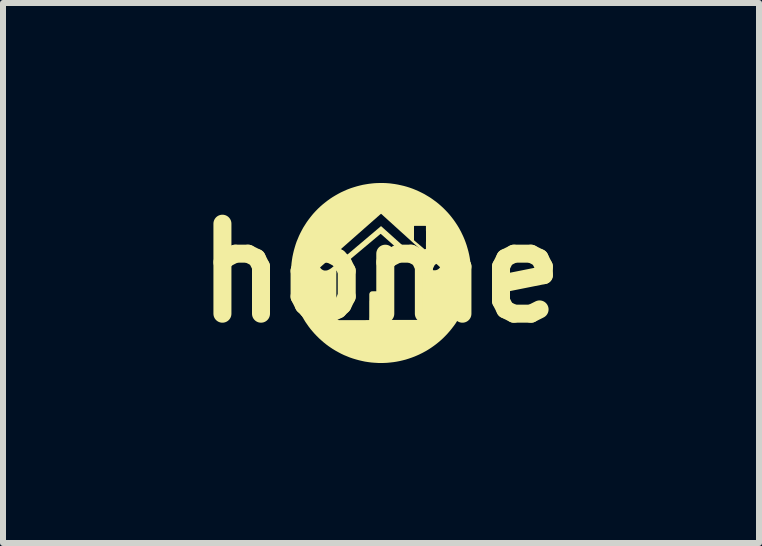
<source format=kicad_pcb>
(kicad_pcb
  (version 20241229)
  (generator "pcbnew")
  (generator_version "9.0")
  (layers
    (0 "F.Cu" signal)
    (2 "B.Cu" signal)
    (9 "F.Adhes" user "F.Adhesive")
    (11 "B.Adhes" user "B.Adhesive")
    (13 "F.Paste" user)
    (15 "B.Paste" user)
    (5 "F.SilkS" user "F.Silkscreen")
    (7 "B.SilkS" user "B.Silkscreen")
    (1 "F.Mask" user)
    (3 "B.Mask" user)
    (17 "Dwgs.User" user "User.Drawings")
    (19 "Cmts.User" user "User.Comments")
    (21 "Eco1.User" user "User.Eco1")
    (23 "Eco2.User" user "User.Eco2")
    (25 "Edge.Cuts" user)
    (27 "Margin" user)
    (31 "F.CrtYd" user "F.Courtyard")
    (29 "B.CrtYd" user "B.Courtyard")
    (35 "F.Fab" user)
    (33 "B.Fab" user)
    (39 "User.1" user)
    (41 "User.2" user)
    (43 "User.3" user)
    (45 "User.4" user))
  (footprint "home"
    (layer "F.Cu")
    (at 3.3 1.5)
    (property "Reference" "home" (at 0 0 0) (layer "F.SilkS") (effects (font (size 1.5 1.5) (thickness 0.3))))
    (attr board_only exclude_from_pos_files exclude_from_bom)
    (fp_poly (pts (xy 0.038 -1.5) (xy 0.064 -1.499) (xy 0.09 -1.498) (xy 0.116 -1.496) (xy 0.142 -1.494) (xy 0.168 -1.491) (xy 0.174 -1.49) (xy 0.227 -1.483) (xy 0.279 -1.474) (xy 0.33 -1.463) (xy 0.382 -1.451) (xy 0.432 -1.437) (xy 0.482 -1.421) (xy 0.532 -1.403) (xy 0.581 -1.383) (xy 0.629 -1.362) (xy 0.676 -1.339) (xy 0.723 -1.315) (xy 0.768 -1.288) (xy 0.813 -1.261) (xy 0.833 -1.248) (xy 0.876 -1.217) (xy 0.919 -1.186) (xy 0.96 -1.153) (xy 1 -1.118) (xy 1.039 -1.082) (xy 1.076 -1.045) (xy 1.112 -1.007) (xy 1.147 -0.967) (xy 1.18 -0.926) (xy 1.212 -0.884) (xy 1.242 -0.841) (xy 1.271 -0.797) (xy 1.299 -0.751) (xy 1.316 -0.72) (xy 1.32 -0.712) (xy 1.325 -0.703) (xy 1.331 -0.692) (xy 1.337 -0.681) (xy 1.342 -0.669) (xy 1.348 -0.657) (xy 1.354 -0.645) (xy 1.359 -0.634) (xy 1.364 -0.624) (xy 1.368 -0.615) (xy 1.37 -0.611) (xy 1.391 -0.562) (xy 1.41 -0.512) (xy 1.427 -0.463) (xy 1.442 -0.412) (xy 1.456 -0.362) (xy 1.468 -0.311) (xy 1.478 -0.259) (xy 1.486 -0.207) (xy 1.492 -0.155) (xy 1.497 -0.102) (xy 1.499 -0.056) (xy 1.499 -0.049) (xy 1.5 -0.04) (xy 1.5 -0.03) (xy 1.5 -0.019) (xy 1.5 -0.007) (xy 1.5 0.005) (xy 1.5 0.017) (xy 1.5 0.029) (xy 1.499 0.041) (xy 1.499 0.052) (xy 1.499 0.062) (xy 1.499 0.071) (xy 1.498 0.078) (xy 1.498 0.081) (xy 1.495 0.127) (xy 1.49 0.173) (xy 1.484 0.217) (xy 1.477 0.26) (xy 1.469 0.303) (xy 1.46 0.345) (xy 1.449 0.387) (xy 1.438 0.429) (xy 1.424 0.471) (xy 1.422 0.477) (xy 1.406 0.524) (xy 1.387 0.571) (xy 1.367 0.617) (xy 1.346 0.662) (xy 1.323 0.707) (xy 1.299 0.751) (xy 1.295 0.758) (xy 1.267 0.803) (xy 1.239 0.847) (xy 1.208 0.889) (xy 1.176 0.931) (xy 1.143 0.971) (xy 1.108 1.011) (xy 1.072 1.049) (xy 1.035 1.086) (xy 0.997 1.121) (xy 0.957 1.155) (xy 0.916 1.188) (xy 0.874 1.219) (xy 0.831 1.249) (xy 0.786 1.278) (xy 0.758 1.295) (xy 0.742 1.304) (xy 0.725 1.313) (xy 0.707 1.323) (xy 0.688 1.333) (xy 0.67 1.342) (xy 0.651 1.351) (xy 0.634 1.36) (xy 0.617 1.367) (xy 0.611 1.37) (xy 0.562 1.391) (xy 0.512 1.41) (xy 0.462 1.427) (xy 0.412 1.443) (xy 0.361 1.456) (xy 0.31 1.468) (xy 0.258 1.478) (xy 0.206 1.486) (xy 0.153 1.492) (xy 0.1 1.497) (xy 0.059 1.499) (xy 0.054 1.499) (xy 0.047 1.499) (xy 0.039 1.5) (xy 0.03 1.5) (xy 0.02 1.5) (xy 0.01 1.5) (xy -0.000445 1.5) (xy -0.011 1.5) (xy -0.021 1.5) (xy -0.03 1.5) (xy -0.038 1.5) (xy -0.045 1.5) (xy -0.051 1.499) (xy -0.052 1.499) (xy -0.106 1.496) (xy -0.159 1.492) (xy -0.212 1.485) (xy -0.265 1.477) (xy -0.317 1.466) (xy -0.368 1.454) (xy -0.419 1.44) (xy -0.469 1.425) (xy -0.519 1.408) (xy -0.568 1.388) (xy -0.617 1.368) (xy -0.665 1.345) (xy -0.712 1.32) (xy -0.759 1.294) (xy -0.787 1.277) (xy -0.795 1.272) (xy -0.803 1.267) (xy -0.813 1.261) (xy -0.823 1.254) (xy -0.834 1.247) (xy -0.844 1.24) (xy -0.854 1.233) (xy -0.863 1.227) (xy -0.871 1.221) (xy -0.872 1.221) (xy -0.915 1.189) (xy -0.956 1.156) (xy -0.996 1.121) (xy -1.035 1.086) (xy -1.073 1.048) (xy -1.109 1.01) (xy -1.144 0.97) (xy -1.172 0.937) (xy -1.202 0.898) (xy -1.23 0.858) (xy -1.258 0.818) (xy -1.283 0.777) (xy -1.308 0.734) (xy -1.332 0.691) (xy -1.342 0.67) (xy -1.358 0.638) (xy -1.372 0.606) (xy -1.386 0.575) (xy -1.398 0.544) (xy -1.41 0.512) (xy -1.421 0.479) (xy -1.423 0.474) (xy -1.439 0.423) (xy -1.453 0.372) (xy -1.458 0.354) (xy -0.744 0.354) (xy -0.744 0.387) (xy -0.744 0.417) (xy -0.744 0.446) (xy -0.744 0.474) (xy -0.744 0.499) (xy -0.744 0.523) (xy -0.744 0.546) (xy -0.744 0.567) (xy -0.744 0.586) (xy -0.744 0.604) (xy -0.744 0.621) (xy -0.744 0.636) (xy -0.744 0.65) (xy -0.744 0.663) (xy -0.744 0.675) (xy -0.744 0.686) (xy -0.744 0.695) (xy -0.744 0.704) (xy -0.743 0.712) (xy -0.743 0.719) (xy -0.743 0.725) (xy -0.743 0.73) (xy -0.743 0.734) (xy -0.743 0.738) (xy -0.743 0.741) (xy -0.743 0.744) (xy -0.743 0.746) (xy -0.743 0.748) (xy -0.743 0.749) (xy -0.743 0.75) (xy -0.742 0.754) (xy -0.741 0.757) (xy -0.741 0.759) (xy -0.74 0.759) (xy -0.739 0.761) (xy -0.739 0.763) (xy -0.737 0.766) (xy -0.734 0.77) (xy -0.73 0.774) (xy -0.726 0.778) (xy -0.725 0.778) (xy -0.721 0.78) (xy -0.717 0.782) (xy -0.712 0.783) (xy -0.708 0.784) (xy -0.707 0.784) (xy -0.706 0.785) (xy -0.703 0.785) (xy -0.698 0.785) (xy -0.692 0.785) (xy -0.684 0.785) (xy -0.675 0.785) (xy -0.665 0.785) (xy -0.653 0.785) (xy -0.641 0.785) (xy -0.627 0.785) (xy -0.612 0.785) (xy -0.597 0.785) (xy -0.581 0.785) (xy -0.564 0.785) (xy -0.547 0.785) (xy -0.53 0.785) (xy -0.512 0.785) (xy -0.494 0.785) (xy -0.476 0.785) (xy -0.458 0.785) (xy -0.44 0.785) (xy -0.422 0.785) (xy -0.405 0.785) (xy -0.388 0.785) (xy -0.371 0.785) (xy -0.355 0.785) (xy -0.34 0.785) (xy -0.325 0.785) (xy -0.312 0.785) (xy -0.299 0.785) (xy -0.288 0.785) (xy -0.278 0.785) (xy -0.269 0.785) (xy -0.261 0.785) (xy -0.255 0.785) (xy -0.254 0.785) (xy -0.243 0.784) (xy -0.233 0.784) (xy -0.224 0.784) (xy -0.218 0.784) (xy -0.212 0.784) (xy -0.208 0.784) (xy -0.204 0.784) (xy -0.202 0.783) (xy -0.2 0.783) (xy -0.199 0.783) (xy -0.198 0.783) (xy -0.198 0.782) (xy -0.197 0.782) (xy -0.197 0.782) (xy -0.197 0.781) (xy -0.197 0.78) (xy -0.197 0.777) (xy -0.197 0.774) (xy -0.197 0.769) (xy -0.197 0.764) (xy -0.197 0.757) (xy -0.197 0.749) (xy -0.196 0.74) (xy -0.196 0.729) (xy -0.196 0.718) (xy -0.196 0.704) (xy -0.196 0.689) (xy -0.196 0.673) (xy -0.196 0.655) (xy -0.196 0.636) (xy -0.196 0.614) (xy -0.196 0.591) (xy -0.196 0.567) (xy -0.196 0.564) (xy -0.196 0.539) (xy -0.196 0.515) (xy -0.196 0.493) (xy -0.196 0.473) (xy -0.195 0.455) (xy -0.195 0.438) (xy -0.195 0.423) (xy -0.195 0.409) (xy -0.195 0.397) (xy -0.195 0.386) (xy -0.195 0.377) (xy -0.195 0.369) (xy -0.195 0.362) (xy -0.195 0.356) (xy -0.195 0.352) (xy -0.194 0.349) (xy -0.194 0.347) (xy -0.194 0.346) (xy -0.194 0.346) (xy -0.193 0.344) (xy -0.192 0.34) (xy -0.192 0.339) (xy -0.189 0.332) (xy -0.185 0.326) (xy -0.181 0.32) (xy -0.18 0.319) (xy -0.177 0.316) (xy -0.174 0.314) (xy -0.172 0.313) (xy -0.171 0.312) (xy -0.169 0.311) (xy -0.168 0.31) (xy -0.166 0.309) (xy -0.165 0.309) (xy -0.164 0.309) (xy -0.162 0.308) (xy -0.161 0.307) (xy -0.16 0.307) (xy -0.158 0.306) (xy -0.157 0.306) (xy -0.154 0.305) (xy -0.151 0.305) (xy -0.148 0.305) (xy -0.143 0.305) (xy -0.138 0.304) (xy -0.132 0.304) (xy -0.125 0.304) (xy -0.116 0.304) (xy -0.107 0.304) (xy -0.096 0.304) (xy -0.083 0.304) (xy -0.069 0.304) (xy -0.054 0.304) (xy -0.036 0.304) (xy -0.034 0.304) (xy -0.016 0.304) (xy 0.000352 0.304) (xy 0.015 0.304) (xy 0.028 0.304) (xy 0.039 0.304) (xy 0.049 0.304) (xy 0.058 0.304) (xy 0.066 0.304) (xy 0.072 0.304) (xy 0.078 0.305) (xy 0.083 0.305) (xy 0.088 0.305) (xy 0.091 0.306) (xy 0.094 0.306) (xy 0.097 0.307) (xy 0.1 0.308) (xy 0.102 0.308) (xy 0.104 0.309) (xy 0.107 0.31) (xy 0.108 0.311) (xy 0.111 0.312) (xy 0.113 0.313) (xy 0.113 0.313) (xy 0.114 0.313) (xy 0.116 0.315) (xy 0.119 0.317) (xy 0.122 0.32) (xy 0.125 0.323) (xy 0.129 0.327) (xy 0.132 0.331) (xy 0.135 0.335) (xy 0.137 0.34) (xy 0.139 0.345) (xy 0.141 0.351) (xy 0.144 0.359) (xy 0.143 0.57) (xy 0.143 0.593) (xy 0.143 0.615) (xy 0.143 0.636) (xy 0.143 0.654) (xy 0.143 0.671) (xy 0.143 0.686) (xy 0.143 0.7) (xy 0.143 0.713) (xy 0.143 0.724) (xy 0.143 0.734) (xy 0.144 0.743) (xy 0.144 0.751) (xy 0.144 0.757) (xy 0.144 0.763) (xy 0.144 0.768) (xy 0.144 0.772) (xy 0.144 0.775) (xy 0.144 0.777) (xy 0.144 0.779) (xy 0.144 0.78) (xy 0.144 0.781) (xy 0.145 0.781) (xy 0.145 0.781) (xy 0.145 0.781) (xy 0.147 0.781) (xy 0.149 0.782) (xy 0.152 0.782) (xy 0.157 0.782) (xy 0.162 0.782) (xy 0.169 0.782) (xy 0.176 0.782) (xy 0.185 0.782) (xy 0.196 0.782) (xy 0.207 0.782) (xy 0.22 0.782) (xy 0.235 0.782) (xy 0.251 0.782) (xy 0.268 0.782) (xy 0.287 0.782) (xy 0.308 0.782) (xy 0.33 0.782) (xy 0.354 0.782) (xy 0.38 0.782) (xy 0.399 0.782) (xy 0.653 0.782) (xy 0.658 0.779) (xy 0.661 0.778) (xy 0.663 0.777) (xy 0.664 0.777) (xy 0.665 0.776) (xy 0.667 0.775) (xy 0.67 0.773) (xy 0.673 0.77) (xy 0.674 0.769) (xy 0.679 0.763) (xy 0.684 0.756) (xy 0.687 0.748) (xy 0.688 0.744) (xy 0.688 0.741) (xy 0.689 0.738) (xy 0.69 0.737) (xy 0.69 0.737) (xy 0.69 0.736) (xy 0.69 0.734) (xy 0.69 0.731) (xy 0.69 0.728) (xy 0.69 0.724) (xy 0.69 0.719) (xy 0.69 0.713) (xy 0.691 0.707) (xy 0.691 0.699) (xy 0.691 0.69) (xy 0.691 0.68) (xy 0.691 0.669) (xy 0.691 0.657) (xy 0.691 0.643) (xy 0.691 0.629) (xy 0.691 0.612) (xy 0.691 0.595) (xy 0.691 0.576) (xy 0.691 0.556) (xy 0.691 0.534) (xy 0.691 0.511) (xy 0.691 0.485) (xy 0.691 0.459) (xy 0.691 0.43) (xy 0.691 0.4) (xy 0.691 0.368) (xy 0.691 0.351) (xy 0.691 -0.032) (xy 0.689 -0.035) (xy 0.688 -0.037) (xy 0.685 -0.04) (xy 0.682 -0.043) (xy 0.677 -0.047) (xy 0.673 -0.051) (xy 0.668 -0.055) (xy 0.663 -0.059) (xy 0.663 -0.059) (xy 0.66 -0.062) (xy 0.656 -0.065) (xy 0.655 -0.067) (xy 0.652 -0.069) (xy 0.649 -0.072) (xy 0.645 -0.076) (xy 0.644 -0.077) (xy 0.641 -0.08) (xy 0.638 -0.082) (xy 0.636 -0.083) (xy 0.636 -0.084) (xy 0.635 -0.085) (xy 0.632 -0.087) (xy 0.63 -0.089) (xy 0.629 -0.09) (xy 0.625 -0.093) (xy 0.622 -0.096) (xy 0.62 -0.098) (xy 0.619 -0.098) (xy 0.617 -0.1) (xy 0.614 -0.103) (xy 0.61 -0.106) (xy 0.609 -0.108) (xy 0.605 -0.111) (xy 0.601 -0.114) (xy 0.598 -0.117) (xy 0.597 -0.118) (xy 0.594 -0.121) (xy 0.591 -0.124) (xy 0.587 -0.127) (xy 0.586 -0.128) (xy 0.583 -0.131) (xy 0.579 -0.134) (xy 0.577 -0.136) (xy 0.576 -0.137) (xy 0.574 -0.139) (xy 0.571 -0.142) (xy 0.567 -0.145) (xy 0.567 -0.145) (xy 0.564 -0.148) (xy 0.561 -0.15) (xy 0.56 -0.152) (xy 0.559 -0.152) (xy 0.558 -0.153) (xy 0.556 -0.155) (xy 0.553 -0.158) (xy 0.551 -0.159) (xy 0.548 -0.161) (xy 0.546 -0.164) (xy 0.544 -0.166) (xy 0.543 -0.166) (xy 0.542 -0.167) (xy 0.54 -0.169) (xy 0.537 -0.172) (xy 0.533 -0.175) (xy 0.53 -0.178) (xy 0.526 -0.182) (xy 0.522 -0.185) (xy 0.519 -0.188) (xy 0.517 -0.189) (xy 0.516 -0.19) (xy 0.515 -0.191) (xy 0.512 -0.194) (xy 0.51 -0.196) (xy 0.508 -0.197) (xy 0.505 -0.2) (xy 0.502 -0.202) (xy 0.5 -0.204) (xy 0.5 -0.205) (xy 0.498 -0.206) (xy 0.496 -0.208) (xy 0.493 -0.211) (xy 0.492 -0.212) (xy 0.489 -0.214) (xy 0.486 -0.217) (xy 0.485 -0.218) (xy 0.484 -0.218) (xy 0.483 -0.219) (xy 0.481 -0.222) (xy 0.478 -0.224) (xy 0.475 -0.227) (xy 0.472 -0.23) (xy 0.469 -0.233) (xy 0.466 -0.235) (xy 0.465 -0.236) (xy 0.464 -0.237) (xy 0.461 -0.239) (xy 0.458 -0.242) (xy 0.457 -0.243) (xy 0.454 -0.245) (xy 0.452 -0.247) (xy 0.45 -0.249) (xy 0.45 -0.249) (xy 0.448 -0.25) (xy 0.446 -0.253) (xy 0.443 -0.255) (xy 0.442 -0.256) (xy 0.439 -0.259) (xy 0.436 -0.261) (xy 0.434 -0.263) (xy 0.434 -0.263) (xy 0.433 -0.265) (xy 0.43 -0.267) (xy 0.427 -0.27) (xy 0.422 -0.274) (xy 0.416 -0.279) (xy 0.416 -0.28) (xy 0.412 -0.282) (xy 0.409 -0.285) (xy 0.407 -0.287) (xy 0.407 -0.288) (xy 0.402 -0.292) (xy 0.396 -0.297) (xy 0.391 -0.302) (xy 0.386 -0.306) (xy 0.383 -0.309) (xy 0.379 -0.312) (xy 0.376 -0.315) (xy 0.373 -0.317) (xy 0.373 -0.318) (xy 0.37 -0.32) (xy 0.367 -0.323) (xy 0.364 -0.326) (xy 0.363 -0.327) (xy 0.36 -0.329) (xy 0.357 -0.332) (xy 0.356 -0.333) (xy 0.355 -0.334) (xy 0.354 -0.335) (xy 0.351 -0.337) (xy 0.348 -0.339) (xy 0.348 -0.34) (xy 0.345 -0.343) (xy 0.342 -0.345) (xy 0.34 -0.346) (xy 0.34 -0.347) (xy 0.339 -0.348) (xy 0.336 -0.35) (xy 0.333 -0.353) (xy 0.331 -0.355) (xy 0.327 -0.358) (xy 0.324 -0.361) (xy 0.321 -0.364) (xy 0.317 -0.367) (xy 0.313 -0.371) (xy 0.308 -0.375) (xy 0.306 -0.377) (xy 0.303 -0.38) (xy 0.3 -0.382) (xy 0.298 -0.384) (xy 0.298 -0.385) (xy 0.296 -0.386) (xy 0.294 -0.388) (xy 0.29 -0.391) (xy 0.286 -0.395) (xy 0.283 -0.397) (xy 0.279 -0.401) (xy 0.275 -0.405) (xy 0.272 -0.407) (xy 0.27 -0.409) (xy 0.269 -0.41) (xy 0.267 -0.411) (xy 0.266 -0.413) (xy 0.264 -0.414) (xy 0.264 -0.414) (xy 0.261 -0.418) (xy 0.256 -0.421) (xy 0.252 -0.425) (xy 0.248 -0.429) (xy 0.245 -0.432) (xy 0.244 -0.433) (xy 0.241 -0.435) (xy 0.239 -0.437) (xy 0.238 -0.437) (xy 0.237 -0.438) (xy 0.234 -0.441) (xy 0.231 -0.444) (xy 0.229 -0.446) (xy 0.225 -0.449) (xy 0.222 -0.452) (xy 0.22 -0.454) (xy 0.219 -0.454) (xy 0.217 -0.457) (xy 0.213 -0.46) (xy 0.209 -0.463) (xy 0.204 -0.468) (xy 0.201 -0.47) (xy 0.199 -0.473) (xy 0.197 -0.474) (xy 0.196 -0.475) (xy 0.195 -0.476) (xy 0.192 -0.478) (xy 0.188 -0.482) (xy 0.184 -0.485) (xy 0.18 -0.489) (xy 0.176 -0.493) (xy 0.171 -0.497) (xy 0.17 -0.498) (xy 0.167 -0.501) (xy 0.164 -0.503) (xy 0.162 -0.505) (xy 0.161 -0.506) (xy 0.155 -0.511) (xy 0.15 -0.516) (xy 0.144 -0.521) (xy 0.139 -0.526) (xy 0.137 -0.527) (xy 0.134 -0.53) (xy 0.131 -0.533) (xy 0.128 -0.535) (xy 0.127 -0.536) (xy 0.125 -0.538) (xy 0.122 -0.541) (xy 0.118 -0.544) (xy 0.117 -0.545) (xy 0.114 -0.548) (xy 0.112 -0.55) (xy 0.11 -0.552) (xy 0.11 -0.552) (xy 0.108 -0.553) (xy 0.106 -0.555) (xy 0.103 -0.558) (xy 0.102 -0.559) (xy 0.099 -0.561) (xy 0.096 -0.564) (xy 0.094 -0.565) (xy 0.094 -0.566) (xy 0.092 -0.567) (xy 0.09 -0.569) (xy 0.089 -0.57) (xy 0.087 -0.572) (xy 0.084 -0.574) (xy 0.081 -0.578) (xy 0.077 -0.581) (xy 0.076 -0.582) (xy 0.072 -0.586) (xy 0.067 -0.589) (xy 0.063 -0.593) (xy 0.06 -0.596) (xy 0.06 -0.596) (xy 0.057 -0.599) (xy 0.054 -0.601) (xy 0.052 -0.603) (xy 0.052 -0.603) (xy 0.047 -0.607) (xy 0.043 -0.611) (xy 0.039 -0.615) (xy 0.034 -0.619) (xy 0.033 -0.62) (xy 0.026 -0.626) (xy 0.019 -0.632) (xy 0.012 -0.638) (xy 0.007 -0.643) (xy 0.003 -0.646) (xy -0.000187 -0.649) (xy -0.003 -0.651) (xy -0.005 -0.652) (xy -0.006 -0.652) (xy -0.009 -0.651) (xy -0.012 -0.648) (xy -0.015 -0.646) (xy -0.018 -0.644) (xy -0.021 -0.641) (xy -0.023 -0.64) (xy -0.023 -0.639) (xy -0.024 -0.638) (xy -0.026 -0.636) (xy -0.029 -0.634) (xy -0.033 -0.631) (xy -0.035 -0.629) (xy -0.039 -0.626) (xy -0.043 -0.623) (xy -0.045 -0.621) (xy -0.047 -0.619) (xy -0.047 -0.619) (xy -0.048 -0.618) (xy -0.051 -0.616) (xy -0.054 -0.613) (xy -0.057 -0.61) (xy -0.059 -0.609) (xy -0.062 -0.606) (xy -0.066 -0.604) (xy -0.068 -0.601) (xy -0.07 -0.6) (xy -0.07 -0.6) (xy -0.071 -0.599) (xy -0.074 -0.596) (xy -0.077 -0.594) (xy -0.081 -0.591) (xy -0.082 -0.59) (xy -0.086 -0.587) (xy -0.089 -0.584) (xy -0.092 -0.582) (xy -0.093 -0.581) (xy -0.093 -0.58) (xy -0.094 -0.58) (xy -0.095 -0.579) (xy -0.096 -0.578) (xy -0.099 -0.576) (xy -0.102 -0.573) (xy -0.106 -0.57) (xy -0.111 -0.565) (xy -0.118 -0.56) (xy -0.125 -0.554) (xy -0.13 -0.55) (xy -0.134 -0.546) (xy -0.139 -0.542) (xy -0.143 -0.539) (xy -0.146 -0.537) (xy -0.146 -0.537) (xy -0.148 -0.534) (xy -0.15 -0.533) (xy -0.152 -0.531) (xy -0.154 -0.529) (xy -0.157 -0.527) (xy -0.161 -0.524) (xy -0.161 -0.524) (xy -0.164 -0.521) (xy -0.167 -0.519) (xy -0.168 -0.517) (xy -0.169 -0.517) (xy -0.171 -0.515) (xy -0.174 -0.512) (xy -0.179 -0.509) (xy -0.185 -0.504) (xy -0.188 -0.502) (xy -0.19 -0.499) (xy -0.191 -0.498) (xy -0.192 -0.498) (xy -0.193 -0.497) (xy -0.195 -0.495) (xy -0.198 -0.493) (xy -0.202 -0.489) (xy -0.203 -0.488) (xy -0.207 -0.485) (xy -0.211 -0.482) (xy -0.213 -0.48) (xy -0.215 -0.479) (xy -0.215 -0.478) (xy -0.216 -0.477) (xy -0.218 -0.475) (xy -0.221 -0.473) (xy -0.225 -0.47) (xy -0.226 -0.469) (xy -0.23 -0.466) (xy -0.234 -0.462) (xy -0.237 -0.46) (xy -0.24 -0.458) (xy -0.24 -0.458) (xy -0.241 -0.456) (xy -0.243 -0.455) (xy -0.246 -0.453) (xy -0.249 -0.45) (xy -0.253 -0.446) (xy -0.258 -0.442) (xy -0.264 -0.437) (xy -0.272 -0.431) (xy -0.276 -0.428) (xy -0.28 -0.424) (xy -0.284 -0.421) (xy -0.287 -0.418) (xy -0.289 -0.416) (xy -0.29 -0.416) (xy -0.292 -0.414) (xy -0.294 -0.412) (xy -0.296 -0.411) (xy -0.302 -0.406) (xy -0.306 -0.402) (xy -0.31 -0.399) (xy -0.313 -0.396) (xy -0.313 -0.396) (xy -0.315 -0.394) (xy -0.318 -0.392) (xy -0.319 -0.391) (xy -0.324 -0.387) (xy -0.329 -0.383) (xy -0.332 -0.38) (xy -0.335 -0.378) (xy -0.336 -0.377) (xy -0.338 -0.375) (xy -0.342 -0.372) (xy -0.347 -0.368) (xy -0.352 -0.363) (xy -0.355 -0.361) (xy -0.358 -0.359) (xy -0.359 -0.358) (xy -0.359 -0.357) (xy -0.36 -0.356) (xy -0.363 -0.355) (xy -0.366 -0.352) (xy -0.369 -0.349) (xy -0.371 -0.348) (xy -0.375 -0.344) (xy -0.378 -0.342) (xy -0.381 -0.339) (xy -0.382 -0.338) (xy -0.383 -0.338) (xy -0.384 -0.337) (xy -0.386 -0.335) (xy -0.389 -0.332) (xy -0.393 -0.329) (xy -0.394 -0.328) (xy -0.398 -0.325) (xy -0.401 -0.323) (xy -0.404 -0.321) (xy -0.405 -0.319) (xy -0.405 -0.319) (xy -0.406 -0.318) (xy -0.408 -0.316) (xy -0.412 -0.314) (xy -0.415 -0.31) (xy -0.42 -0.307) (xy -0.424 -0.303) (xy -0.428 -0.3) (xy -0.431 -0.297) (xy -0.433 -0.296) (xy -0.434 -0.295) (xy -0.435 -0.294) (xy -0.438 -0.292) (xy -0.441 -0.289) (xy -0.444 -0.286) (xy -0.446 -0.285) (xy -0.449 -0.282) (xy -0.453 -0.279) (xy -0.456 -0.277) (xy -0.457 -0.275) (xy -0.458 -0.275) (xy -0.459 -0.274) (xy -0.46 -0.273) (xy -0.461 -0.272) (xy -0.463 -0.271) (xy -0.466 -0.268) (xy -0.47 -0.265) (xy -0.473 -0.262) (xy -0.476 -0.26) (xy -0.479 -0.257) (xy -0.481 -0.256) (xy -0.481 -0.255) (xy -0.482 -0.254) (xy -0.484 -0.253) (xy -0.486 -0.251) (xy -0.488 -0.249) (xy -0.492 -0.246) (xy -0.497 -0.242) (xy -0.5 -0.24) (xy -0.502 -0.238) (xy -0.504 -0.236) (xy -0.504 -0.236) (xy -0.505 -0.235) (xy -0.507 -0.234) (xy -0.51 -0.231) (xy -0.514 -0.228) (xy -0.515 -0.227) (xy -0.519 -0.224) (xy -0.523 -0.221) (xy -0.525 -0.219) (xy -0.527 -0.217) (xy -0.527 -0.217) (xy -0.528 -0.216) (xy -0.53 -0.214) (xy -0.533 -0.212) (xy -0.537 -0.209) (xy -0.539 -0.207) (xy -0.543 -0.204) (xy -0.546 -0.201) (xy -0.549 -0.199) (xy -0.55 -0.198) (xy -0.55 -0.197) (xy -0.551 -0.196) (xy -0.554 -0.195) (xy -0.557 -0.192) (xy -0.561 -0.189) (xy -0.564 -0.186) (xy -0.569 -0.182) (xy -0.573 -0.179) (xy -0.576 -0.176) (xy -0.578 -0.175) (xy -0.579 -0.174) (xy -0.58 -0.173) (xy -0.582 -0.171) (xy -0.585 -0.168) (xy -0.589 -0.165) (xy -0.59 -0.164) (xy -0.594 -0.161) (xy -0.598 -0.158) (xy -0.6 -0.156) (xy -0.602 -0.154) (xy -0.602 -0.154) (xy -0.603 -0.153) (xy -0.605 -0.151) (xy -0.608 -0.149) (xy -0.612 -0.146) (xy -0.613 -0.145) (xy -0.617 -0.142) (xy -0.621 -0.139) (xy -0.623 -0.136) (xy -0.625 -0.135) (xy -0.625 -0.134) (xy -0.626 -0.134) (xy -0.627 -0.133) (xy -0.629 -0.131) (xy -0.631 -0.13) (xy -0.634 -0.127) (xy -0.638 -0.124) (xy -0.641 -0.121) (xy -0.644 -0.119) (xy -0.647 -0.117) (xy -0.648 -0.115) (xy -0.649 -0.115) (xy -0.651 -0.113) (xy -0.654 -0.111) (xy -0.658 -0.107) (xy -0.662 -0.104) (xy -0.665 -0.102) (xy -0.668 -0.099) (xy -0.67 -0.097) (xy -0.672 -0.096) (xy -0.672 -0.096) (xy -0.673 -0.095) (xy -0.675 -0.093) (xy -0.677 -0.091) (xy -0.678 -0.09) (xy -0.681 -0.088) (xy -0.684 -0.085) (xy -0.685 -0.084) (xy -0.686 -0.084) (xy -0.687 -0.083) (xy -0.688 -0.082) (xy -0.689 -0.082) (xy -0.69 -0.08) (xy -0.692 -0.079) (xy -0.695 -0.076) (xy -0.698 -0.074) (xy -0.701 -0.071) (xy -0.704 -0.068) (xy -0.707 -0.066) (xy -0.708 -0.065) (xy -0.708 -0.065) (xy -0.71 -0.064) (xy -0.712 -0.062) (xy -0.715 -0.059) (xy -0.716 -0.059) (xy -0.719 -0.056) (xy -0.721 -0.055) (xy -0.722 -0.053) (xy -0.722 -0.053) (xy -0.723 -0.053) (xy -0.725 -0.051) (xy -0.728 -0.048) (xy -0.732 -0.045) (xy -0.732 -0.045) (xy -0.736 -0.042) (xy -0.739 -0.039) (xy -0.741 -0.037) (xy -0.743 -0.035) (xy -0.743 -0.035) (xy -0.743 -0.035) (xy -0.743 -0.033) (xy -0.743 -0.031) (xy -0.743 -0.028) (xy -0.743 -0.024) (xy -0.743 -0.02) (xy -0.743 -0.014) (xy -0.743 -0.007) (xy -0.743 0.001) (xy -0.743 0.01) (xy -0.744 0.02) (xy -0.744 0.032) (xy -0.744 0.045) (xy -0.744 0.059) (xy -0.744 0.074) (xy -0.744 0.091) (xy -0.744 0.109) (xy -0.744 0.128) (xy -0.744 0.149) (xy -0.744 0.172) (xy -0.744 0.196) (xy -0.744 0.222) (xy -0.744 0.25) (xy -0.744 0.279) (xy -0.744 0.31) (xy -0.744 0.343) (xy -0.744 0.354) (xy -1.458 0.354) (xy -1.465 0.321) (xy -1.476 0.269) (xy -1.484 0.217) (xy -1.491 0.165) (xy -1.496 0.112) (xy -1.499 0.059) (xy -1.5 0.007) (xy -1.499 -0.046) (xy -1.497 -0.092) (xy -1.015 -0.092) (xy -1.015 -0.09) (xy -1.014 -0.089) (xy -1.014 -0.089) (xy -1.013 -0.088) (xy -1.012 -0.086) (xy -1.01 -0.084) (xy -1.008 -0.081) (xy -1.005 -0.078) (xy -1.001 -0.074) (xy -0.998 -0.07) (xy -0.994 -0.066) (xy -0.99 -0.063) (xy -0.987 -0.06) (xy -0.984 -0.059) (xy -0.983 -0.058) (xy -0.982 -0.057) (xy -0.981 -0.057) (xy -0.979 -0.055) (xy -0.977 -0.054) (xy -0.977 -0.054) (xy -0.974 -0.052) (xy -0.971 -0.051) (xy -0.97 -0.05) (xy -0.963 -0.047) (xy -0.955 -0.044) (xy -0.951 -0.043) (xy -0.947 -0.042) (xy -0.943 -0.041) (xy -0.942 -0.041) (xy -0.939 -0.041) (xy -0.935 -0.041) (xy -0.929 -0.041) (xy -0.923 -0.041) (xy -0.917 -0.041) (xy -0.911 -0.042) (xy -0.909 -0.042) (xy -0.905 -0.043) (xy -0.901 -0.043) (xy -0.899 -0.044) (xy -0.898 -0.044) (xy -0.896 -0.045) (xy -0.893 -0.046) (xy -0.892 -0.046) (xy -0.889 -0.047) (xy -0.886 -0.048) (xy -0.886 -0.048) (xy -0.884 -0.049) (xy -0.882 -0.05) (xy -0.881 -0.05) (xy -0.879 -0.051) (xy -0.877 -0.052) (xy -0.873 -0.054) (xy -0.869 -0.056) (xy -0.867 -0.057) (xy -0.863 -0.059) (xy -0.859 -0.061) (xy -0.857 -0.062) (xy -0.855 -0.064) (xy -0.852 -0.065) (xy -0.851 -0.065) (xy -0.849 -0.067) (xy -0.846 -0.069) (xy -0.842 -0.072) (xy -0.837 -0.075) (xy -0.832 -0.079) (xy -0.827 -0.082) (xy -0.822 -0.086) (xy -0.818 -0.089) (xy -0.814 -0.092) (xy -0.812 -0.094) (xy -0.811 -0.095) (xy -0.808 -0.098) (xy -0.805 -0.1) (xy -0.801 -0.104) (xy -0.799 -0.105) (xy -0.795 -0.108) (xy -0.792 -0.111) (xy -0.79 -0.113) (xy -0.788 -0.114) (xy -0.788 -0.114) (xy -0.787 -0.115) (xy -0.785 -0.117) (xy -0.782 -0.119) (xy -0.779 -0.122) (xy -0.779 -0.122) (xy -0.775 -0.125) (xy -0.772 -0.128) (xy -0.77 -0.13) (xy -0.769 -0.131) (xy -0.769 -0.131) (xy -0.768 -0.132) (xy -0.765 -0.134) (xy -0.763 -0.136) (xy -0.763 -0.136) (xy -0.76 -0.138) (xy -0.758 -0.14) (xy -0.757 -0.141) (xy -0.757 -0.141) (xy -0.755 -0.142) (xy -0.753 -0.144) (xy -0.751 -0.146) (xy -0.748 -0.148) (xy -0.746 -0.15) (xy -0.745 -0.151) (xy -0.743 -0.152) (xy -0.741 -0.154) (xy -0.739 -0.156) (xy -0.736 -0.158) (xy -0.734 -0.16) (xy -0.733 -0.161) (xy -0.731 -0.162) (xy -0.729 -0.164) (xy -0.726 -0.167) (xy -0.723 -0.169) (xy -0.72 -0.172) (xy -0.717 -0.174) (xy -0.715 -0.176) (xy -0.714 -0.177) (xy -0.713 -0.178) (xy -0.71 -0.18) (xy -0.707 -0.183) (xy -0.703 -0.186) (xy -0.702 -0.187) (xy -0.698 -0.19) (xy -0.695 -0.193) (xy -0.692 -0.195) (xy -0.69 -0.197) (xy -0.69 -0.197) (xy -0.688 -0.199) (xy -0.686 -0.201) (xy -0.684 -0.202) (xy -0.68 -0.206) (xy -0.676 -0.209) (xy -0.674 -0.21) (xy -0.673 -0.212) (xy -0.672 -0.212) (xy -0.672 -0.213) (xy -0.671 -0.213) (xy -0.669 -0.215) (xy -0.666 -0.217) (xy -0.665 -0.218) (xy -0.662 -0.221) (xy -0.66 -0.223) (xy -0.659 -0.224) (xy -0.659 -0.224) (xy -0.658 -0.225) (xy -0.656 -0.226) (xy -0.653 -0.229) (xy -0.649 -0.232) (xy -0.647 -0.233) (xy -0.644 -0.237) (xy -0.64 -0.239) (xy -0.638 -0.242) (xy -0.636 -0.243) (xy -0.636 -0.243) (xy -0.635 -0.244) (xy -0.632 -0.246) (xy -0.629 -0.249) (xy -0.626 -0.251) (xy -0.623 -0.254) (xy -0.62 -0.256) (xy -0.618 -0.258) (xy -0.617 -0.259) (xy -0.616 -0.26) (xy -0.614 -0.262) (xy -0.611 -0.264) (xy -0.61 -0.265) (xy -0.607 -0.267) (xy -0.605 -0.269) (xy -0.604 -0.271) (xy -0.603 -0.271) (xy -0.602 -0.272) (xy -0.601 -0.273) (xy -0.599 -0.274) (xy -0.597 -0.276) (xy -0.594 -0.279) (xy -0.593 -0.279) (xy -0.589 -0.283) (xy -0.586 -0.285) (xy -0.584 -0.287) (xy -0.582 -0.289) (xy -0.579 -0.291) (xy -0.577 -0.293) (xy -0.573 -0.296) (xy -0.571 -0.298) (xy -0.568 -0.3) (xy -0.565 -0.303) (xy -0.563 -0.305) (xy -0.562 -0.306) (xy -0.561 -0.307) (xy -0.558 -0.309) (xy -0.555 -0.311) (xy -0.552 -0.314) (xy -0.55 -0.316) (xy -0.546 -0.319) (xy -0.543 -0.322) (xy -0.54 -0.324) (xy -0.538 -0.326) (xy -0.538 -0.326) (xy -0.536 -0.328) (xy -0.532 -0.331) (xy -0.528 -0.335) (xy -0.522 -0.339) (xy -0.519 -0.342) (xy -0.516 -0.344) (xy -0.515 -0.345) (xy -0.514 -0.346) (xy -0.511 -0.349) (xy -0.507 -0.352) (xy -0.503 -0.356) (xy -0.497 -0.361) (xy -0.495 -0.362) (xy -0.491 -0.366) (xy -0.488 -0.368) (xy -0.485 -0.37) (xy -0.484 -0.372) (xy -0.483 -0.372) (xy -0.483 -0.373) (xy -0.481 -0.375) (xy -0.478 -0.377) (xy -0.474 -0.38) (xy -0.473 -0.381) (xy -0.469 -0.384) (xy -0.464 -0.389) (xy -0.459 -0.393) (xy -0.454 -0.397) (xy -0.449 -0.401) (xy -0.445 -0.404) (xy -0.442 -0.407) (xy -0.441 -0.408) (xy -0.44 -0.408) (xy -0.439 -0.41) (xy -0.436 -0.412) (xy -0.434 -0.414) (xy -0.432 -0.416) (xy -0.429 -0.418) (xy -0.428 -0.419) (xy -0.427 -0.42) (xy -0.425 -0.422) (xy -0.421 -0.425) (xy -0.419 -0.427) (xy -0.415 -0.43) (xy -0.412 -0.432) (xy -0.41 -0.434) (xy -0.409 -0.435) (xy -0.408 -0.436) (xy -0.406 -0.438) (xy -0.403 -0.441) (xy -0.399 -0.444) (xy -0.398 -0.445) (xy -0.394 -0.448) (xy -0.39 -0.451) (xy -0.388 -0.453) (xy -0.386 -0.454) (xy -0.386 -0.454) (xy -0.385 -0.456) (xy -0.382 -0.458) (xy -0.379 -0.46) (xy -0.377 -0.462) (xy -0.373 -0.465) (xy -0.369 -0.468) (xy -0.366 -0.471) (xy -0.365 -0.472) (xy -0.359 -0.477) (xy -0.353 -0.482) (xy -0.347 -0.488) (xy -0.341 -0.493) (xy -0.337 -0.496) (xy -0.334 -0.498) (xy -0.332 -0.5) (xy -0.331 -0.501) (xy -0.331 -0.501) (xy -0.33 -0.502) (xy -0.328 -0.504) (xy -0.325 -0.506) (xy -0.321 -0.509) (xy -0.32 -0.511) (xy -0.316 -0.514) (xy -0.312 -0.517) (xy -0.309 -0.519) (xy -0.307 -0.521) (xy -0.307 -0.521) (xy -0.305 -0.523) (xy -0.302 -0.525) (xy -0.301 -0.526) (xy -0.296 -0.53) (xy -0.293 -0.533) (xy -0.29 -0.535) (xy -0.288 -0.537) (xy -0.286 -0.539) (xy -0.284 -0.541) (xy -0.282 -0.543) (xy -0.28 -0.545) (xy -0.277 -0.547) (xy -0.274 -0.549) (xy -0.27 -0.552) (xy -0.267 -0.555) (xy -0.263 -0.558) (xy -0.26 -0.561) (xy -0.258 -0.563) (xy -0.257 -0.563) (xy -0.256 -0.564) (xy -0.254 -0.566) (xy -0.251 -0.569) (xy -0.247 -0.572) (xy -0.246 -0.573) (xy -0.242 -0.576) (xy -0.239 -0.579) (xy -0.237 -0.581) (xy -0.235 -0.582) (xy -0.235 -0.582) (xy -0.234 -0.583) (xy -0.231 -0.585) (xy -0.228 -0.588) (xy -0.225 -0.591) (xy -0.224 -0.591) (xy -0.217 -0.597) (xy -0.212 -0.602) (xy -0.207 -0.606) (xy -0.204 -0.608) (xy -0.203 -0.609) (xy -0.201 -0.611) (xy -0.199 -0.613) (xy -0.195 -0.616) (xy -0.192 -0.619) (xy -0.191 -0.62) (xy -0.187 -0.623) (xy -0.184 -0.626) (xy -0.181 -0.628) (xy -0.179 -0.629) (xy -0.179 -0.63) (xy -0.178 -0.631) (xy -0.175 -0.633) (xy -0.172 -0.635) (xy -0.168 -0.639) (xy -0.167 -0.64) (xy -0.163 -0.643) (xy -0.16 -0.646) (xy -0.157 -0.648) (xy -0.156 -0.649) (xy -0.156 -0.649) (xy -0.155 -0.65) (xy -0.153 -0.652) (xy -0.15 -0.654) (xy -0.146 -0.657) (xy -0.146 -0.657) (xy -0.143 -0.66) (xy -0.14 -0.663) (xy -0.138 -0.664) (xy -0.137 -0.665) (xy -0.137 -0.665) (xy -0.136 -0.666) (xy -0.134 -0.668) (xy -0.131 -0.67) (xy -0.13 -0.671) (xy -0.127 -0.673) (xy -0.125 -0.675) (xy -0.124 -0.676) (xy -0.124 -0.676) (xy -0.123 -0.677) (xy -0.121 -0.679) (xy -0.118 -0.681) (xy -0.115 -0.684) (xy -0.111 -0.687) (xy -0.108 -0.689) (xy -0.106 -0.691) (xy -0.105 -0.692) (xy -0.104 -0.694) (xy -0.101 -0.696) (xy -0.098 -0.698) (xy -0.094 -0.701) (xy -0.093 -0.702) (xy -0.089 -0.705) (xy -0.086 -0.708) (xy -0.083 -0.71) (xy -0.082 -0.712) (xy -0.082 -0.712) (xy -0.08 -0.713) (xy -0.078 -0.715) (xy -0.075 -0.718) (xy -0.071 -0.721) (xy -0.07 -0.722) (xy -0.066 -0.725) (xy -0.062 -0.728) (xy -0.06 -0.73) (xy -0.058 -0.732) (xy -0.058 -0.732) (xy -0.056 -0.734) (xy -0.053 -0.737) (xy -0.048 -0.74) (xy -0.043 -0.745) (xy -0.036 -0.75) (xy -0.033 -0.753) (xy -0.03 -0.756) (xy -0.027 -0.758) (xy -0.026 -0.759) (xy -0.026 -0.759) (xy -0.025 -0.76) (xy -0.023 -0.761) (xy -0.02 -0.764) (xy -0.017 -0.767) (xy -0.015 -0.768) (xy -0.011 -0.772) (xy -0.008 -0.775) (xy -0.005 -0.777) (xy -0.003 -0.778) (xy -0.003 -0.779) (xy -0.002 -0.78) (xy -0.001 -0.78) (xy 0.000304 -0.78) (xy 0.002 -0.78) (xy 0.003 -0.779) (xy 0.006 -0.777) (xy 0.009 -0.774) (xy 0.013 -0.771) (xy 0.018 -0.766) (xy 0.025 -0.761) (xy 0.025 -0.76) (xy 0.029 -0.757) (xy 0.031 -0.754) (xy 0.034 -0.752) (xy 0.035 -0.751) (xy 0.036 -0.75) (xy 0.038 -0.748) (xy 0.041 -0.745) (xy 0.045 -0.742) (xy 0.048 -0.74) (xy 0.051 -0.737) (xy 0.053 -0.735) (xy 0.054 -0.734) (xy 0.055 -0.733) (xy 0.057 -0.731) (xy 0.06 -0.729) (xy 0.061 -0.728) (xy 0.064 -0.725) (xy 0.067 -0.722) (xy 0.069 -0.721) (xy 0.069 -0.72) (xy 0.071 -0.719) (xy 0.073 -0.717) (xy 0.076 -0.714) (xy 0.08 -0.71) (xy 0.085 -0.706) (xy 0.09 -0.702) (xy 0.094 -0.698) (xy 0.097 -0.696) (xy 0.1 -0.693) (xy 0.104 -0.689) (xy 0.107 -0.687) (xy 0.107 -0.686) (xy 0.114 -0.681) (xy 0.119 -0.676) (xy 0.123 -0.672) (xy 0.125 -0.67) (xy 0.129 -0.667) (xy 0.132 -0.664) (xy 0.136 -0.66) (xy 0.14 -0.657) (xy 0.143 -0.655) (xy 0.143 -0.654) (xy 0.145 -0.652) (xy 0.148 -0.65) (xy 0.152 -0.646) (xy 0.156 -0.643) (xy 0.16 -0.639) (xy 0.164 -0.635) (xy 0.168 -0.632) (xy 0.17 -0.63) (xy 0.173 -0.627) (xy 0.176 -0.625) (xy 0.178 -0.623) (xy 0.178 -0.623) (xy 0.18 -0.621) (xy 0.182 -0.619) (xy 0.186 -0.616) (xy 0.19 -0.612) (xy 0.194 -0.608) (xy 0.198 -0.605) (xy 0.202 -0.601) (xy 0.206 -0.598) (xy 0.209 -0.595) (xy 0.213 -0.592) (xy 0.215 -0.589) (xy 0.216 -0.589) (xy 0.219 -0.586) (xy 0.222 -0.583) (xy 0.225 -0.58) (xy 0.227 -0.579) (xy 0.23 -0.576) (xy 0.232 -0.574) (xy 0.234 -0.572) (xy 0.235 -0.572) (xy 0.236 -0.571) (xy 0.238 -0.569) (xy 0.241 -0.567) (xy 0.244 -0.564) (xy 0.247 -0.561) (xy 0.25 -0.558) (xy 0.252 -0.556) (xy 0.253 -0.555) (xy 0.255 -0.553) (xy 0.258 -0.551) (xy 0.259 -0.55) (xy 0.261 -0.548) (xy 0.264 -0.546) (xy 0.267 -0.543) (xy 0.269 -0.541) (xy 0.272 -0.539) (xy 0.275 -0.536) (xy 0.279 -0.533) (xy 0.283 -0.528) (xy 0.288 -0.524) (xy 0.29 -0.523) (xy 0.292 -0.521) (xy 0.295 -0.518) (xy 0.298 -0.515) (xy 0.302 -0.512) (xy 0.306 -0.508) (xy 0.31 -0.505) (xy 0.312 -0.503) (xy 0.317 -0.498) (xy 0.323 -0.493) (xy 0.327 -0.489) (xy 0.331 -0.485) (xy 0.334 -0.483) (xy 0.335 -0.482) (xy 0.338 -0.479) (xy 0.342 -0.476) (xy 0.347 -0.472) (xy 0.352 -0.467) (xy 0.353 -0.466) (xy 0.357 -0.463) (xy 0.359 -0.46) (xy 0.362 -0.458) (xy 0.363 -0.457) (xy 0.364 -0.456) (xy 0.367 -0.454) (xy 0.367 -0.453) (xy 0.369 -0.451) (xy 0.372 -0.449) (xy 0.376 -0.445) (xy 0.38 -0.442) (xy 0.38 -0.441) (xy 0.385 -0.437) (xy 0.389 -0.434) (xy 0.393 -0.43) (xy 0.396 -0.427) (xy 0.396 -0.427) (xy 0.4 -0.424) (xy 0.403 -0.422) (xy 0.405 -0.419) (xy 0.405 -0.419) (xy 0.408 -0.417) (xy 0.411 -0.413) (xy 0.415 -0.41) (xy 0.42 -0.406) (xy 0.423 -0.403) (xy 0.427 -0.4) (xy 0.428 -0.399) (xy 0.43 -0.397) (xy 0.432 -0.395) (xy 0.433 -0.394) (xy 0.434 -0.393) (xy 0.437 -0.391) (xy 0.44 -0.388) (xy 0.442 -0.386) (xy 0.446 -0.383) (xy 0.449 -0.38) (xy 0.451 -0.378) (xy 0.452 -0.377) (xy 0.453 -0.376) (xy 0.456 -0.373) (xy 0.459 -0.371) (xy 0.462 -0.368) (xy 0.467 -0.364) (xy 0.471 -0.36) (xy 0.476 -0.356) (xy 0.48 -0.352) (xy 0.483 -0.349) (xy 0.486 -0.347) (xy 0.487 -0.346) (xy 0.489 -0.344) (xy 0.492 -0.341) (xy 0.497 -0.337) (xy 0.502 -0.332) (xy 0.505 -0.329) (xy 0.509 -0.326) (xy 0.512 -0.324) (xy 0.514 -0.322) (xy 0.514 -0.321) (xy 0.516 -0.32) (xy 0.519 -0.317) (xy 0.522 -0.314) (xy 0.525 -0.312) (xy 0.529 -0.308) (xy 0.532 -0.306) (xy 0.534 -0.304) (xy 0.535 -0.303) (xy 0.536 -0.301) (xy 0.539 -0.299) (xy 0.542 -0.297) (xy 0.542 -0.296) (xy 0.546 -0.293) (xy 0.549 -0.29) (xy 0.552 -0.288) (xy 0.552 -0.288) (xy 0.553 -0.286) (xy 0.555 -0.285) (xy 0.556 -0.283) (xy 0.559 -0.281) (xy 0.561 -0.279) (xy 0.565 -0.276) (xy 0.57 -0.271) (xy 0.575 -0.266) (xy 0.579 -0.263) (xy 0.583 -0.26) (xy 0.586 -0.257) (xy 0.588 -0.255) (xy 0.589 -0.254) (xy 0.591 -0.253) (xy 0.593 -0.25) (xy 0.594 -0.25) (xy 0.596 -0.248) (xy 0.599 -0.245) (xy 0.602 -0.242) (xy 0.606 -0.239) (xy 0.607 -0.238) (xy 0.611 -0.234) (xy 0.616 -0.23) (xy 0.62 -0.226) (xy 0.623 -0.224) (xy 0.623 -0.223) (xy 0.627 -0.22) (xy 0.63 -0.217) (xy 0.633 -0.215) (xy 0.634 -0.214) (xy 0.637 -0.211) (xy 0.642 -0.207) (xy 0.648 -0.201) (xy 0.655 -0.195) (xy 0.657 -0.194) (xy 0.661 -0.19) (xy 0.665 -0.187) (xy 0.669 -0.183) (xy 0.673 -0.179) (xy 0.676 -0.176) (xy 0.678 -0.174) (xy 0.679 -0.174) (xy 0.68 -0.172) (xy 0.683 -0.17) (xy 0.686 -0.167) (xy 0.689 -0.164) (xy 0.692 -0.161) (xy 0.695 -0.159) (xy 0.698 -0.157) (xy 0.699 -0.156) (xy 0.7 -0.155) (xy 0.702 -0.153) (xy 0.705 -0.151) (xy 0.706 -0.149) (xy 0.709 -0.147) (xy 0.711 -0.145) (xy 0.713 -0.143) (xy 0.713 -0.143) (xy 0.714 -0.142) (xy 0.717 -0.14) (xy 0.721 -0.136) (xy 0.726 -0.132) (xy 0.732 -0.126) (xy 0.739 -0.12) (xy 0.743 -0.116) (xy 0.747 -0.112) (xy 0.75 -0.11) (xy 0.753 -0.108) (xy 0.755 -0.105) (xy 0.758 -0.103) (xy 0.759 -0.102) (xy 0.762 -0.099) (xy 0.766 -0.096) (xy 0.768 -0.094) (xy 0.77 -0.093) (xy 0.771 -0.093) (xy 0.772 -0.092) (xy 0.773 -0.091) (xy 0.774 -0.09) (xy 0.776 -0.089) (xy 0.776 -0.089) (xy 0.778 -0.088) (xy 0.78 -0.087) (xy 0.782 -0.085) (xy 0.785 -0.083) (xy 0.788 -0.081) (xy 0.791 -0.079) (xy 0.794 -0.078) (xy 0.795 -0.077) (xy 0.796 -0.076) (xy 0.799 -0.074) (xy 0.803 -0.073) (xy 0.804 -0.072) (xy 0.81 -0.069) (xy 0.815 -0.066) (xy 0.82 -0.063) (xy 0.825 -0.061) (xy 0.829 -0.06) (xy 0.832 -0.058) (xy 0.833 -0.058) (xy 0.835 -0.058) (xy 0.837 -0.057) (xy 0.838 -0.056) (xy 0.841 -0.055) (xy 0.844 -0.054) (xy 0.844 -0.054) (xy 0.847 -0.053) (xy 0.848 -0.052) (xy 0.848 -0.052) (xy 0.85 -0.052) (xy 0.853 -0.051) (xy 0.855 -0.051) (xy 0.859 -0.05) (xy 0.863 -0.049) (xy 0.865 -0.048) (xy 0.866 -0.047) (xy 0.868 -0.047) (xy 0.871 -0.047) (xy 0.874 -0.047) (xy 0.879 -0.046) (xy 0.885 -0.046) (xy 0.892 -0.046) (xy 0.899 -0.046) (xy 0.905 -0.046) (xy 0.909 -0.047) (xy 0.912 -0.047) (xy 0.915 -0.047) (xy 0.917 -0.047) (xy 0.919 -0.048) (xy 0.921 -0.048) (xy 0.924 -0.05) (xy 0.927 -0.05) (xy 0.928 -0.051) (xy 0.93 -0.051) (xy 0.932 -0.052) (xy 0.935 -0.053) (xy 0.937 -0.054) (xy 0.939 -0.055) (xy 0.942 -0.057) (xy 0.943 -0.058) (xy 0.946 -0.059) (xy 0.948 -0.061) (xy 0.949 -0.061) (xy 0.954 -0.064) (xy 0.959 -0.068) (xy 0.964 -0.072) (xy 0.968 -0.076) (xy 0.972 -0.079) (xy 0.974 -0.082) (xy 0.977 -0.085) (xy 0.978 -0.088) (xy 0.98 -0.09) (xy 0.982 -0.092) (xy 0.983 -0.093) (xy 0.983 -0.094) (xy 0.984 -0.095) (xy 0.984 -0.097) (xy 0.983 -0.098) (xy 0.983 -0.099) (xy 0.982 -0.099) (xy 0.98 -0.101) (xy 0.977 -0.103) (xy 0.974 -0.106) (xy 0.97 -0.11) (xy 0.967 -0.113) (xy 0.963 -0.116) (xy 0.961 -0.118) (xy 0.96 -0.119) (xy 0.958 -0.121) (xy 0.955 -0.124) (xy 0.951 -0.127) (xy 0.948 -0.13) (xy 0.945 -0.133) (xy 0.943 -0.135) (xy 0.942 -0.136) (xy 0.94 -0.137) (xy 0.938 -0.139) (xy 0.935 -0.142) (xy 0.932 -0.145) (xy 0.928 -0.148) (xy 0.925 -0.151) (xy 0.923 -0.153) (xy 0.922 -0.154) (xy 0.915 -0.16) (xy 0.909 -0.165) (xy 0.904 -0.17) (xy 0.903 -0.171) (xy 0.9 -0.174) (xy 0.896 -0.177) (xy 0.893 -0.18) (xy 0.892 -0.18) (xy 0.89 -0.182) (xy 0.889 -0.184) (xy 0.887 -0.186) (xy 0.884 -0.188) (xy 0.881 -0.191) (xy 0.877 -0.194) (xy 0.872 -0.199) (xy 0.871 -0.199) (xy 0.864 -0.206) (xy 0.857 -0.212) (xy 0.852 -0.217) (xy 0.848 -0.22) (xy 0.845 -0.223) (xy 0.844 -0.224) (xy 0.843 -0.226) (xy 0.84 -0.228) (xy 0.837 -0.231) (xy 0.833 -0.234) (xy 0.832 -0.235) (xy 0.823 -0.243) (xy 0.816 -0.249) (xy 0.81 -0.255) (xy 0.806 -0.259) (xy 0.803 -0.262) (xy 0.803 -0.262) (xy 0.8 -0.264) (xy 0.797 -0.267) (xy 0.793 -0.271) (xy 0.792 -0.272) (xy 0.788 -0.275) (xy 0.784 -0.279) (xy 0.78 -0.282) (xy 0.78 -0.282) (xy 0.776 -0.285) (xy 0.773 -0.288) (xy 0.771 -0.29) (xy 0.768 -0.293) (xy 0.765 -0.296) (xy 0.764 -0.297) (xy 0.761 -0.299) (xy 0.758 -0.302) (xy 0.754 -0.306) (xy 0.749 -0.311) (xy 0.743 -0.315) (xy 0.738 -0.32) (xy 0.735 -0.323) (xy 0.732 -0.326) (xy 0.728 -0.329) (xy 0.726 -0.331) (xy 0.725 -0.332) (xy 0.723 -0.334) (xy 0.719 -0.337) (xy 0.714 -0.342) (xy 0.708 -0.348) (xy 0.7 -0.355) (xy 0.694 -0.36) (xy 0.691 -0.363) (xy 0.687 -0.366) (xy 0.685 -0.368) (xy 0.684 -0.369) (xy 0.681 -0.372) (xy 0.677 -0.375) (xy 0.672 -0.38) (xy 0.667 -0.385) (xy 0.661 -0.39) (xy 0.655 -0.395) (xy 0.65 -0.4) (xy 0.648 -0.402) (xy 0.645 -0.404) (xy 0.645 -0.405) (xy 0.642 -0.407) (xy 0.638 -0.411) (xy 0.634 -0.414) (xy 0.63 -0.418) (xy 0.626 -0.422) (xy 0.622 -0.425) (xy 0.62 -0.427) (xy 0.619 -0.428) (xy 0.617 -0.43) (xy 0.615 -0.432) (xy 0.614 -0.433) (xy 0.612 -0.434) (xy 0.61 -0.436) (xy 0.607 -0.439) (xy 0.604 -0.442) (xy 0.6 -0.445) (xy 0.597 -0.448) (xy 0.595 -0.45) (xy 0.594 -0.451) (xy 0.593 -0.452) (xy 0.591 -0.454) (xy 0.588 -0.457) (xy 0.584 -0.46) (xy 0.579 -0.464) (xy 0.575 -0.468) (xy 0.571 -0.472) (xy 0.567 -0.475) (xy 0.564 -0.478) (xy 0.561 -0.48) (xy 0.56 -0.481) (xy 0.558 -0.483) (xy 0.555 -0.486) (xy 0.555 -0.486) (xy 0.552 -0.489) (xy 0.548 -0.492) (xy 0.544 -0.496) (xy 0.54 -0.499) (xy 0.537 -0.502) (xy 0.534 -0.505) (xy 0.532 -0.506) (xy 0.53 -0.509) (xy 0.527 -0.511) (xy 0.526 -0.512) (xy 0.522 -0.516) (xy 0.517 -0.52) (xy 0.512 -0.525) (xy 0.506 -0.53) (xy 0.501 -0.535) (xy 0.497 -0.539) (xy 0.496 -0.54) (xy 0.49 -0.545) (xy 0.485 -0.549) (xy 0.482 -0.552) (xy 0.479 -0.555) (xy 0.477 -0.557) (xy 0.475 -0.558) (xy 0.473 -0.561) (xy 0.469 -0.564) (xy 0.465 -0.568) (xy 0.46 -0.572) (xy 0.455 -0.576) (xy 0.451 -0.581) (xy 0.447 -0.584) (xy 0.443 -0.587) (xy 0.44 -0.59) (xy 0.437 -0.593) (xy 0.436 -0.593) (xy 0.434 -0.595) (xy 0.431 -0.598) (xy 0.427 -0.602) (xy 0.424 -0.605) (xy 0.423 -0.606) (xy 0.418 -0.61) (xy 0.413 -0.614) (xy 0.409 -0.619) (xy 0.405 -0.622) (xy 0.402 -0.625) (xy 0.398 -0.628) (xy 0.396 -0.63) (xy 0.395 -0.631) (xy 0.394 -0.632) (xy 0.391 -0.635) (xy 0.388 -0.638) (xy 0.384 -0.641) (xy 0.384 -0.641) (xy 0.38 -0.645) (xy 0.376 -0.648) (xy 0.373 -0.651) (xy 0.37 -0.654) (xy 0.37 -0.654) (xy 0.364 -0.659) (xy 0.36 -0.663) (xy 0.357 -0.665) (xy 0.356 -0.666) (xy 0.353 -0.669) (xy 0.349 -0.672) (xy 0.345 -0.676) (xy 0.341 -0.68) (xy 0.337 -0.684) (xy 0.333 -0.687) (xy 0.331 -0.689) (xy 0.331 -0.689) (xy 0.328 -0.691) (xy 0.326 -0.693) (xy 0.325 -0.694) (xy 0.324 -0.695) (xy 0.321 -0.698) (xy 0.318 -0.7) (xy 0.315 -0.703) (xy 0.312 -0.706) (xy 0.309 -0.709) (xy 0.306 -0.711) (xy 0.305 -0.712) (xy 0.304 -0.714) (xy 0.302 -0.716) (xy 0.298 -0.719) (xy 0.297 -0.72) (xy 0.55 -0.72) (xy 0.55 -0.705) (xy 0.55 -0.689) (xy 0.55 -0.671) (xy 0.55 -0.664) (xy 0.55 -0.546) (xy 0.554 -0.543) (xy 0.557 -0.54) (xy 0.56 -0.537) (xy 0.564 -0.534) (xy 0.564 -0.534) (xy 0.567 -0.532) (xy 0.569 -0.53) (xy 0.57 -0.529) (xy 0.571 -0.528) (xy 0.572 -0.528) (xy 0.573 -0.526) (xy 0.574 -0.525) (xy 0.579 -0.521) (xy 0.583 -0.518) (xy 0.585 -0.516) (xy 0.587 -0.515) (xy 0.588 -0.514) (xy 0.588 -0.513) (xy 0.59 -0.512) (xy 0.592 -0.51) (xy 0.595 -0.508) (xy 0.599 -0.504) (xy 0.601 -0.503) (xy 0.604 -0.5) (xy 0.608 -0.497) (xy 0.61 -0.495) (xy 0.612 -0.493) (xy 0.612 -0.493) (xy 0.613 -0.492) (xy 0.616 -0.49) (xy 0.619 -0.488) (xy 0.622 -0.485) (xy 0.627 -0.481) (xy 0.631 -0.478) (xy 0.634 -0.475) (xy 0.636 -0.473) (xy 0.638 -0.471) (xy 0.641 -0.469) (xy 0.642 -0.468) (xy 0.644 -0.466) (xy 0.647 -0.464) (xy 0.651 -0.461) (xy 0.654 -0.458) (xy 0.657 -0.455) (xy 0.66 -0.453) (xy 0.662 -0.451) (xy 0.664 -0.45) (xy 0.665 -0.449) (xy 0.666 -0.448) (xy 0.667 -0.446) (xy 0.67 -0.444) (xy 0.673 -0.442) (xy 0.675 -0.44) (xy 0.683 -0.433) (xy 0.69 -0.427) (xy 0.696 -0.423) (xy 0.696 -0.422) (xy 0.698 -0.42) (xy 0.701 -0.418) (xy 0.703 -0.416) (xy 0.707 -0.413) (xy 0.711 -0.409) (xy 0.714 -0.407) (xy 0.716 -0.405) (xy 0.717 -0.404) (xy 0.719 -0.403) (xy 0.721 -0.401) (xy 0.724 -0.398) (xy 0.728 -0.395) (xy 0.73 -0.394) (xy 0.734 -0.39) (xy 0.737 -0.387) (xy 0.74 -0.385) (xy 0.741 -0.384) (xy 0.742 -0.384) (xy 0.744 -0.382) (xy 0.746 -0.382) (xy 0.748 -0.383) (xy 0.749 -0.383) (xy 0.749 -0.384) (xy 0.749 -0.387) (xy 0.749 -0.391) (xy 0.749 -0.398) (xy 0.749 -0.405) (xy 0.749 -0.415) (xy 0.749 -0.426) (xy 0.749 -0.439) (xy 0.749 -0.454) (xy 0.749 -0.471) (xy 0.749 -0.489) (xy 0.749 -0.51) (xy 0.75 -0.532) (xy 0.75 -0.556) (xy 0.75 -0.581) (xy 0.75 -0.584) (xy 0.75 -0.607) (xy 0.75 -0.628) (xy 0.75 -0.647) (xy 0.75 -0.665) (xy 0.75 -0.681) (xy 0.75 -0.695) (xy 0.749 -0.708) (xy 0.749 -0.72) (xy 0.749 -0.73) (xy 0.749 -0.739) (xy 0.749 -0.748) (xy 0.749 -0.755) (xy 0.749 -0.761) (xy 0.749 -0.766) (xy 0.749 -0.77) (xy 0.749 -0.774) (xy 0.749 -0.777) (xy 0.749 -0.779) (xy 0.749 -0.781) (xy 0.749 -0.782) (xy 0.748 -0.783) (xy 0.748 -0.783) (xy 0.748 -0.784) (xy 0.748 -0.784) (xy 0.748 -0.784) (xy 0.746 -0.784) (xy 0.743 -0.785) (xy 0.739 -0.785) (xy 0.732 -0.785) (xy 0.723 -0.785) (xy 0.713 -0.785) (xy 0.701 -0.785) (xy 0.687 -0.785) (xy 0.671 -0.785) (xy 0.653 -0.785) (xy 0.649 -0.785) (xy 0.633 -0.785) (xy 0.619 -0.785) (xy 0.606 -0.785) (xy 0.595 -0.785) (xy 0.586 -0.785) (xy 0.578 -0.785) (xy 0.571 -0.785) (xy 0.566 -0.785) (xy 0.561 -0.785) (xy 0.557 -0.785) (xy 0.555 -0.784) (xy 0.553 -0.784) (xy 0.552 -0.784) (xy 0.551 -0.784) (xy 0.551 -0.784) (xy 0.551 -0.783) (xy 0.551 -0.781) (xy 0.551 -0.778) (xy 0.55 -0.774) (xy 0.55 -0.769) (xy 0.55 -0.762) (xy 0.55 -0.754) (xy 0.55 -0.744) (xy 0.55 -0.733) (xy 0.55 -0.72) (xy 0.297 -0.72) (xy 0.295 -0.722) (xy 0.293 -0.723) (xy 0.289 -0.727) (xy 0.284 -0.731) (xy 0.279 -0.736) (xy 0.276 -0.739) (xy 0.267 -0.747) (xy 0.259 -0.754) (xy 0.252 -0.76) (xy 0.246 -0.766) (xy 0.24 -0.771) (xy 0.236 -0.775) (xy 0.233 -0.778) (xy 0.232 -0.778) (xy 0.23 -0.78) (xy 0.227 -0.783) (xy 0.225 -0.785) (xy 0.222 -0.788) (xy 0.219 -0.791) (xy 0.217 -0.792) (xy 0.215 -0.794) (xy 0.212 -0.797) (xy 0.209 -0.8) (xy 0.206 -0.803) (xy 0.202 -0.806) (xy 0.198 -0.809) (xy 0.197 -0.81) (xy 0.193 -0.814) (xy 0.19 -0.817) (xy 0.187 -0.819) (xy 0.186 -0.82) (xy 0.183 -0.823) (xy 0.18 -0.826) (xy 0.178 -0.827) (xy 0.176 -0.83) (xy 0.173 -0.833) (xy 0.169 -0.835) (xy 0.169 -0.836) (xy 0.166 -0.839) (xy 0.162 -0.842) (xy 0.158 -0.846) (xy 0.156 -0.848) (xy 0.152 -0.851) (xy 0.149 -0.854) (xy 0.146 -0.856) (xy 0.145 -0.857) (xy 0.144 -0.859) (xy 0.141 -0.861) (xy 0.138 -0.864) (xy 0.134 -0.867) (xy 0.13 -0.871) (xy 0.126 -0.874) (xy 0.123 -0.878) (xy 0.12 -0.88) (xy 0.118 -0.882) (xy 0.115 -0.884) (xy 0.114 -0.886) (xy 0.114 -0.886) (xy 0.112 -0.887) (xy 0.11 -0.889) (xy 0.108 -0.891) (xy 0.102 -0.896) (xy 0.097 -0.901) (xy 0.091 -0.906) (xy 0.087 -0.91) (xy 0.083 -0.914) (xy 0.081 -0.916) (xy 0.081 -0.916) (xy 0.078 -0.918) (xy 0.076 -0.92) (xy 0.075 -0.921) (xy 0.074 -0.922) (xy 0.071 -0.924) (xy 0.068 -0.927) (xy 0.066 -0.929) (xy 0.062 -0.932) (xy 0.059 -0.935) (xy 0.057 -0.937) (xy 0.056 -0.938) (xy 0.055 -0.939) (xy 0.053 -0.941) (xy 0.049 -0.944) (xy 0.046 -0.948) (xy 0.041 -0.951) (xy 0.037 -0.955) (xy 0.033 -0.959) (xy 0.03 -0.962) (xy 0.029 -0.962) (xy 0.027 -0.965) (xy 0.023 -0.968) (xy 0.02 -0.971) (xy 0.016 -0.974) (xy 0.011 -0.979) (xy 0.008 -0.982) (xy 0.005 -0.984) (xy 0.003 -0.985) (xy 0.002 -0.986) (xy 0.001 -0.986) (xy -0.000146 -0.986) (xy -0.001 -0.986) (xy -0.003 -0.984) (xy -0.006 -0.982) (xy -0.007 -0.982) (xy -0.009 -0.979) (xy -0.012 -0.976) (xy -0.014 -0.975) (xy -0.017 -0.973) (xy -0.02 -0.97) (xy -0.024 -0.966) (xy -0.028 -0.963) (xy -0.031 -0.96) (xy -0.034 -0.957) (xy -0.035 -0.956) (xy -0.037 -0.955) (xy -0.039 -0.953) (xy -0.042 -0.95) (xy -0.045 -0.947) (xy -0.049 -0.944) (xy -0.053 -0.941) (xy -0.056 -0.938) (xy -0.057 -0.937) (xy -0.06 -0.935) (xy -0.063 -0.932) (xy -0.066 -0.929) (xy -0.067 -0.928) (xy -0.07 -0.925) (xy -0.075 -0.921) (xy -0.079 -0.917) (xy -0.084 -0.913) (xy -0.088 -0.909) (xy -0.092 -0.906) (xy -0.095 -0.904) (xy -0.096 -0.902) (xy -0.097 -0.902) (xy -0.098 -0.9) (xy -0.101 -0.898) (xy -0.104 -0.895) (xy -0.105 -0.895) (xy -0.108 -0.892) (xy -0.112 -0.888) (xy -0.117 -0.885) (xy -0.12 -0.882) (xy -0.124 -0.878) (xy -0.127 -0.875) (xy -0.13 -0.873) (xy -0.132 -0.871) (xy -0.132 -0.871) (xy -0.14 -0.864) (xy -0.146 -0.858) (xy -0.152 -0.854) (xy -0.157 -0.849) (xy -0.161 -0.846) (xy -0.164 -0.843) (xy -0.167 -0.84) (xy -0.168 -0.839) (xy -0.17 -0.837) (xy -0.173 -0.835) (xy -0.173 -0.834) (xy -0.176 -0.833) (xy -0.179 -0.83) (xy -0.182 -0.827) (xy -0.186 -0.823) (xy -0.19 -0.82) (xy -0.192 -0.818) (xy -0.193 -0.817) (xy -0.196 -0.815) (xy -0.199 -0.812) (xy -0.2 -0.811) (xy -0.207 -0.805) (xy -0.213 -0.8) (xy -0.217 -0.796) (xy -0.221 -0.793) (xy -0.223 -0.791) (xy -0.224 -0.79) (xy -0.225 -0.789) (xy -0.228 -0.786) (xy -0.232 -0.783) (xy -0.236 -0.779) (xy -0.24 -0.776) (xy -0.241 -0.776) (xy -0.243 -0.773) (xy -0.245 -0.772) (xy -0.246 -0.771) (xy -0.247 -0.77) (xy -0.249 -0.768) (xy -0.252 -0.765) (xy -0.253 -0.764) (xy -0.257 -0.761) (xy -0.259 -0.759) (xy -0.261 -0.757) (xy -0.262 -0.757) (xy -0.263 -0.755) (xy -0.266 -0.753) (xy -0.269 -0.751) (xy -0.27 -0.75) (xy -0.276 -0.745) (xy -0.28 -0.74) (xy -0.285 -0.737) (xy -0.285 -0.736) (xy -0.287 -0.735) (xy -0.29 -0.732) (xy -0.293 -0.729) (xy -0.293 -0.729) (xy -0.3 -0.723) (xy -0.306 -0.718) (xy -0.31 -0.714) (xy -0.313 -0.711) (xy -0.316 -0.709) (xy -0.317 -0.708) (xy -0.317 -0.708) (xy -0.318 -0.707) (xy -0.321 -0.705) (xy -0.323 -0.702) (xy -0.325 -0.701) (xy -0.328 -0.699) (xy -0.33 -0.696) (xy -0.332 -0.695) (xy -0.333 -0.694) (xy -0.334 -0.693) (xy -0.336 -0.691) (xy -0.339 -0.688) (xy -0.34 -0.688) (xy -0.343 -0.685) (xy -0.346 -0.683) (xy -0.347 -0.681) (xy -0.348 -0.681) (xy -0.349 -0.68) (xy -0.351 -0.678) (xy -0.354 -0.675) (xy -0.356 -0.674) (xy -0.359 -0.671) (xy -0.361 -0.669) (xy -0.363 -0.667) (xy -0.363 -0.667) (xy -0.365 -0.666) (xy -0.367 -0.664) (xy -0.37 -0.661) (xy -0.371 -0.661) (xy -0.374 -0.658) (xy -0.377 -0.656) (xy -0.379 -0.654) (xy -0.379 -0.654) (xy -0.381 -0.652) (xy -0.383 -0.65) (xy -0.386 -0.647) (xy -0.387 -0.646) (xy -0.39 -0.644) (xy -0.393 -0.642) (xy -0.394 -0.64) (xy -0.395 -0.64) (xy -0.396 -0.638) (xy -0.399 -0.636) (xy -0.402 -0.633) (xy -0.403 -0.633) (xy -0.406 -0.63) (xy -0.408 -0.628) (xy -0.41 -0.626) (xy -0.41 -0.626) (xy -0.412 -0.625) (xy -0.414 -0.623) (xy -0.417 -0.62) (xy -0.418 -0.619) (xy -0.421 -0.616) (xy -0.424 -0.614) (xy -0.426 -0.612) (xy -0.426 -0.612) (xy -0.428 -0.611) (xy -0.43 -0.608) (xy -0.433 -0.606) (xy -0.434 -0.605) (xy -0.437 -0.603) (xy -0.439 -0.6) (xy -0.441 -0.599) (xy -0.441 -0.599) (xy -0.443 -0.597) (xy -0.447 -0.594) (xy -0.451 -0.59) (xy -0.456 -0.586) (xy -0.458 -0.584) (xy -0.461 -0.581) (xy -0.463 -0.579) (xy -0.465 -0.578) (xy -0.466 -0.577) (xy -0.467 -0.576) (xy -0.469 -0.574) (xy -0.472 -0.571) (xy -0.473 -0.571) (xy -0.476 -0.568) (xy -0.479 -0.566) (xy -0.481 -0.564) (xy -0.481 -0.564) (xy -0.483 -0.562) (xy -0.485 -0.56) (xy -0.488 -0.557) (xy -0.489 -0.557) (xy -0.492 -0.554) (xy -0.494 -0.552) (xy -0.496 -0.55) (xy -0.496 -0.55) (xy -0.498 -0.549) (xy -0.5 -0.547) (xy -0.503 -0.544) (xy -0.504 -0.543) (xy -0.507 -0.541) (xy -0.51 -0.538) (xy -0.512 -0.537) (xy -0.512 -0.536) (xy -0.514 -0.534) (xy -0.517 -0.532) (xy -0.521 -0.528) (xy -0.525 -0.525) (xy -0.529 -0.521) (xy -0.532 -0.519) (xy -0.533 -0.518) (xy -0.537 -0.514) (xy -0.542 -0.51) (xy -0.546 -0.506) (xy -0.55 -0.503) (xy -0.553 -0.5) (xy -0.555 -0.498) (xy -0.558 -0.496) (xy -0.562 -0.492) (xy -0.565 -0.49) (xy -0.568 -0.487) (xy -0.571 -0.484) (xy -0.573 -0.483) (xy -0.574 -0.482) (xy -0.576 -0.48) (xy -0.578 -0.478) (xy -0.581 -0.475) (xy -0.585 -0.472) (xy -0.588 -0.47) (xy -0.59 -0.467) (xy -0.591 -0.467) (xy -0.593 -0.465) (xy -0.596 -0.462) (xy -0.597 -0.462) (xy -0.599 -0.459) (xy -0.602 -0.457) (xy -0.606 -0.454) (xy -0.606 -0.453) (xy -0.609 -0.451) (xy -0.613 -0.448) (xy -0.615 -0.445) (xy -0.616 -0.445) (xy -0.619 -0.442) (xy -0.624 -0.438) (xy -0.629 -0.433) (xy -0.636 -0.427) (xy -0.639 -0.425) (xy -0.642 -0.422) (xy -0.645 -0.419) (xy -0.647 -0.417) (xy -0.648 -0.416) (xy -0.65 -0.415) (xy -0.652 -0.413) (xy -0.655 -0.41) (xy -0.656 -0.409) (xy -0.66 -0.406) (xy -0.665 -0.401) (xy -0.67 -0.397) (xy -0.675 -0.393) (xy -0.679 -0.389) (xy -0.683 -0.386) (xy -0.685 -0.384) (xy -0.686 -0.383) (xy -0.688 -0.381) (xy -0.691 -0.378) (xy -0.695 -0.375) (xy -0.695 -0.375) (xy -0.697 -0.373) (xy -0.7 -0.371) (xy -0.704 -0.368) (xy -0.708 -0.364) (xy -0.713 -0.359) (xy -0.72 -0.353) (xy -0.721 -0.352) (xy -0.723 -0.351) (xy -0.726 -0.348) (xy -0.729 -0.345) (xy -0.733 -0.342) (xy -0.737 -0.338) (xy -0.742 -0.334) (xy -0.746 -0.33) (xy -0.749 -0.328) (xy -0.753 -0.324) (xy -0.757 -0.32) (xy -0.761 -0.317) (xy -0.765 -0.313) (xy -0.77 -0.309) (xy -0.772 -0.308) (xy -0.775 -0.305) (xy -0.778 -0.302) (xy -0.78 -0.3) (xy -0.781 -0.299) (xy -0.783 -0.298) (xy -0.785 -0.296) (xy -0.788 -0.293) (xy -0.789 -0.292) (xy -0.795 -0.287) (xy -0.8 -0.282) (xy -0.805 -0.278) (xy -0.809 -0.275) (xy -0.812 -0.272) (xy -0.813 -0.271) (xy -0.814 -0.27) (xy -0.817 -0.267) (xy -0.82 -0.265) (xy -0.82 -0.265) (xy -0.824 -0.262) (xy -0.828 -0.258) (xy -0.832 -0.255) (xy -0.832 -0.254) (xy -0.836 -0.251) (xy -0.839 -0.248) (xy -0.842 -0.246) (xy -0.842 -0.245) (xy -0.846 -0.242) (xy -0.851 -0.238) (xy -0.857 -0.233) (xy -0.859 -0.231) (xy -0.862 -0.228) (xy -0.864 -0.226) (xy -0.866 -0.225) (xy -0.866 -0.224) (xy -0.867 -0.223) (xy -0.87 -0.221) (xy -0.872 -0.219) (xy -0.874 -0.217) (xy -0.877 -0.215) (xy -0.88 -0.212) (xy -0.882 -0.211) (xy -0.882 -0.21) (xy -0.883 -0.209) (xy -0.885 -0.207) (xy -0.888 -0.205) (xy -0.892 -0.202) (xy -0.894 -0.2) (xy -0.898 -0.197) (xy -0.901 -0.194) (xy -0.904 -0.191) (xy -0.906 -0.19) (xy -0.906 -0.189) (xy -0.907 -0.188) (xy -0.91 -0.186) (xy -0.913 -0.183) (xy -0.914 -0.182) (xy -0.917 -0.18) (xy -0.92 -0.177) (xy -0.922 -0.176) (xy -0.922 -0.175) (xy -0.923 -0.174) (xy -0.926 -0.172) (xy -0.929 -0.169) (xy -0.929 -0.169) (xy -0.932 -0.166) (xy -0.935 -0.164) (xy -0.937 -0.162) (xy -0.937 -0.162) (xy -0.938 -0.161) (xy -0.941 -0.159) (xy -0.944 -0.156) (xy -0.945 -0.155) (xy -0.948 -0.152) (xy -0.951 -0.15) (xy -0.952 -0.148) (xy -0.953 -0.148) (xy -0.954 -0.147) (xy -0.957 -0.145) (xy -0.96 -0.142) (xy -0.96 -0.142) (xy -0.963 -0.139) (xy -0.966 -0.137) (xy -0.968 -0.135) (xy -0.968 -0.135) (xy -0.969 -0.134) (xy -0.972 -0.132) (xy -0.975 -0.129) (xy -0.976 -0.128) (xy -0.979 -0.125) (xy -0.982 -0.123) (xy -0.984 -0.121) (xy -0.984 -0.12) (xy -0.986 -0.119) (xy -0.989 -0.116) (xy -0.989 -0.116) (xy -0.991 -0.115) (xy -0.993 -0.113) (xy -0.995 -0.111) (xy -0.998 -0.108) (xy -1.003 -0.104) (xy -1.008 -0.099) (xy -1.009 -0.098) (xy -1.011 -0.096) (xy -1.013 -0.095) (xy -1.014 -0.095) (xy -1.014 -0.094) (xy -1.015 -0.092) (xy -1.497 -0.092) (xy -1.497 -0.099) (xy -1.492 -0.152) (xy -1.491 -0.165) (xy -1.484 -0.218) (xy -1.476 -0.269) (xy -1.465 -0.321) (xy -1.453 -0.372) (xy -1.439 -0.422) (xy -1.424 -0.472) (xy -1.407 -0.522) (xy -1.387 -0.57) (xy -1.367 -0.618) (xy -1.344 -0.666) (xy -1.32 -0.712) (xy -1.295 -0.758) (xy -1.267 -0.802) (xy -1.239 -0.846) (xy -1.208 -0.889) (xy -1.176 -0.931) (xy -1.143 -0.972) (xy -1.125 -0.993) (xy -1.089 -1.032) (xy -1.052 -1.07) (xy -1.014 -1.106) (xy -0.974 -1.141) (xy -0.933 -1.174) (xy -0.892 -1.206) (xy -0.849 -1.237) (xy -0.805 -1.266) (xy -0.76 -1.293) (xy -0.714 -1.319) (xy -0.667 -1.344) (xy -0.619 -1.366) (xy -0.57 -1.388) (xy -0.55 -1.396) (xy -0.502 -1.414) (xy -0.452 -1.43) (xy -0.402 -1.445) (xy -0.352 -1.458) (xy -0.301 -1.47) (xy -0.249 -1.479) (xy -0.198 -1.487) (xy -0.146 -1.493) (xy -0.115 -1.496) (xy -0.105 -1.497) (xy -0.096 -1.497) (xy -0.087 -1.498) (xy -0.079 -1.498) (xy -0.071 -1.499) (xy -0.063 -1.499) (xy -0.054 -1.499) (xy -0.045 -1.499) (xy -0.034 -1.5) (xy -0.022 -1.5) (xy -0.018 -1.5) (xy 0.011 -1.5)) (stroke (width 0) (type solid)) (fill yes) (layer "F.SilkS")))
  (gr_rect
    (start -3 -3)
    (end 9.6 6)
    (stroke (width 0.1) (type default))
    (fill no)
    (layer "Edge.Cuts")))
</source>
